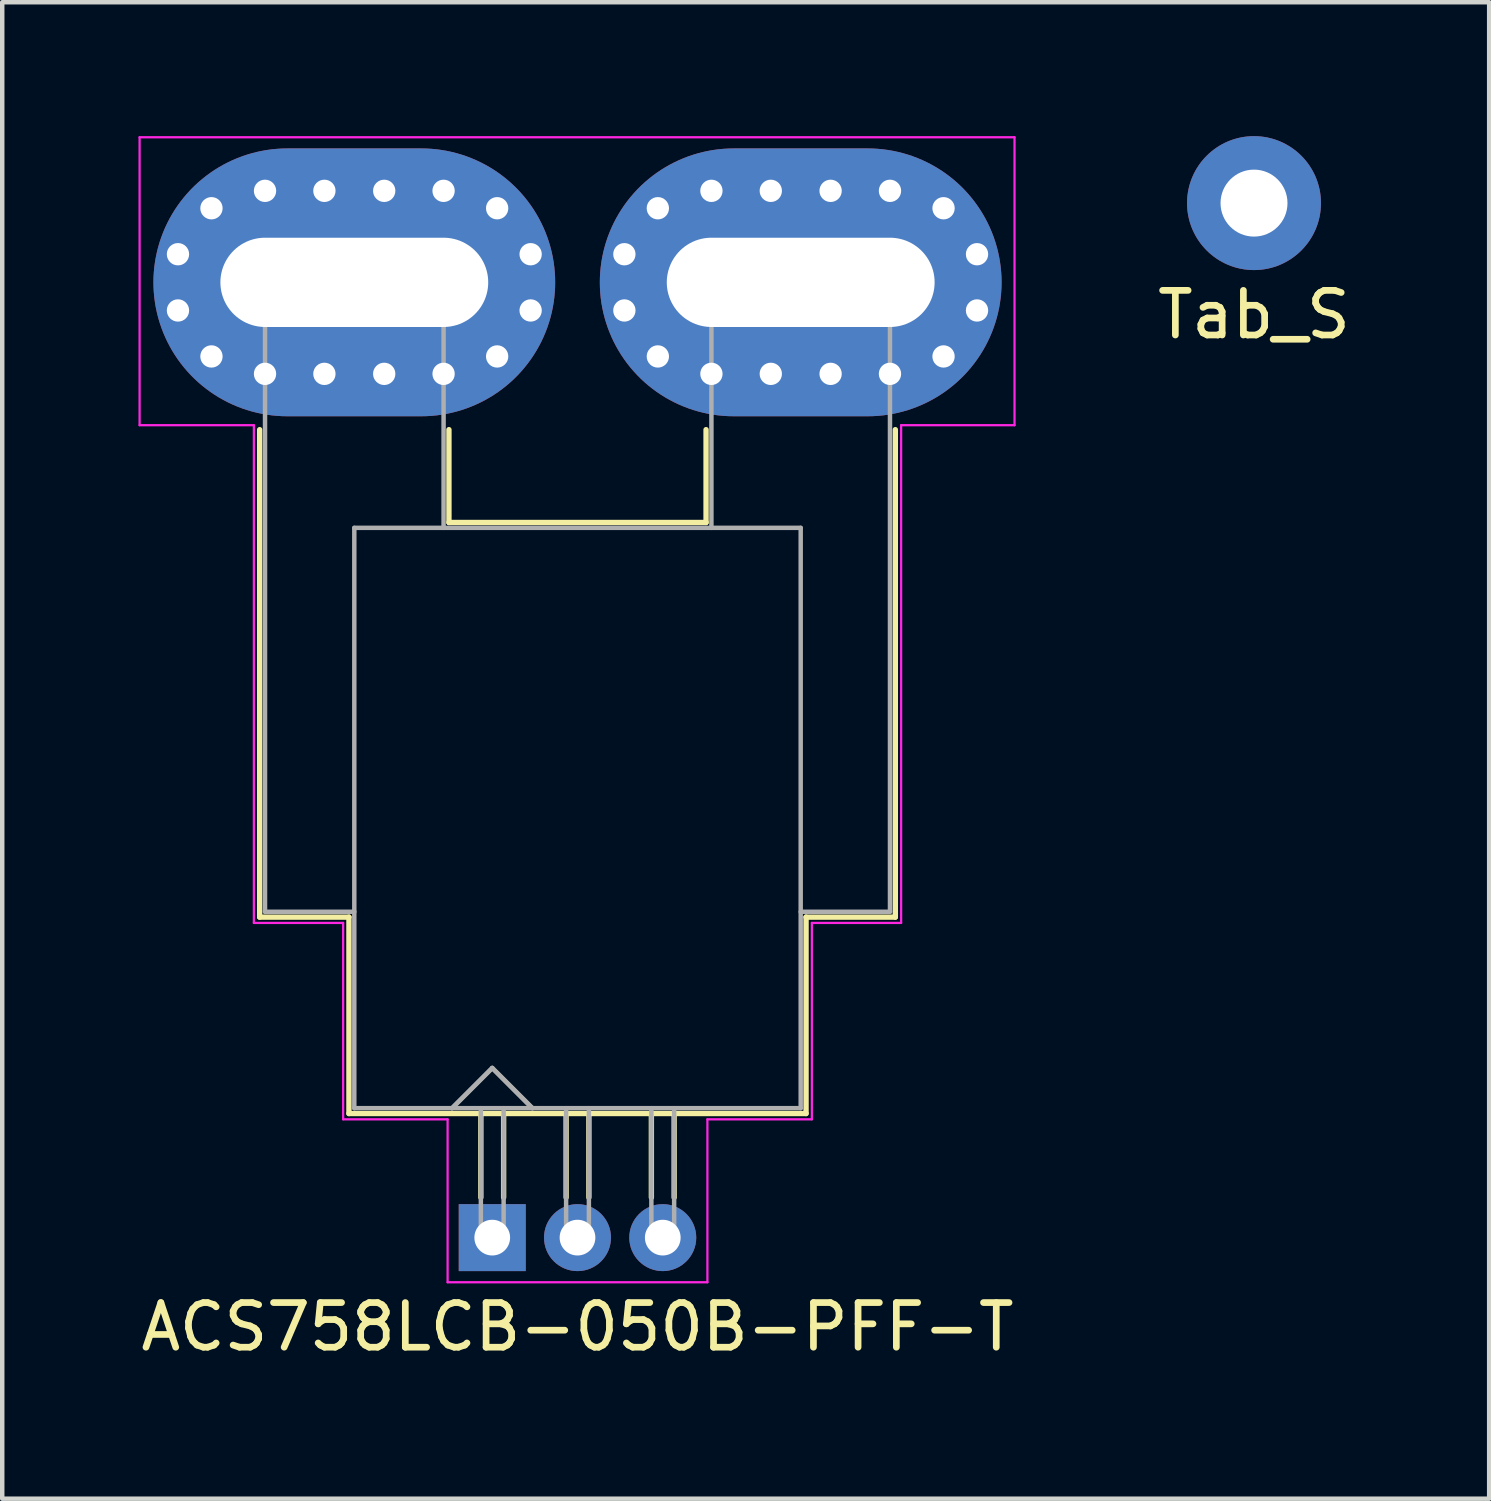
<source format=kicad_pcb>
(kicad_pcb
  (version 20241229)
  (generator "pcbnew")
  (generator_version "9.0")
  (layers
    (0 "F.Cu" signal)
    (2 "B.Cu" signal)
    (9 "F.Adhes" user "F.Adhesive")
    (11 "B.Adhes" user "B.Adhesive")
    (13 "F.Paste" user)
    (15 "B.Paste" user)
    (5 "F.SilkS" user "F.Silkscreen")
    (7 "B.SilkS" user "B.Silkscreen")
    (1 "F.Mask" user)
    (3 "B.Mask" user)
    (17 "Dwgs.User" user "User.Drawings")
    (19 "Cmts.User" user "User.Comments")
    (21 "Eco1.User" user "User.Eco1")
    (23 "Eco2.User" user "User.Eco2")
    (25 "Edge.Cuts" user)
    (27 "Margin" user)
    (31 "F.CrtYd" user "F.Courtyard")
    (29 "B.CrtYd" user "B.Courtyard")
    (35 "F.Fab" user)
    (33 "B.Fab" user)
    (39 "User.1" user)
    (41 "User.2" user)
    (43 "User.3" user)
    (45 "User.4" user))
  (footprint "Tab_S"
    (layer "F.Cu")
    (at 25.042 1.5)
    (property "Reference" "Tab_S" (at 0 2.5 0) (layer "F.SilkS") (effects (font (size 1 1) (thickness 0.15))))
    (attr through_hole)
    (pad "1" thru_hole circle (at 0 0) (size 3 3) (drill 1.5) (layers "*.Cu" "*.Mask")))
  (footprint "ACS758LCB-050B-PFF-T"
    (layer "F.Cu")
    (at 9.887 11.675)
    (property "Reference" "ACS758LCB-050B-PFF-T" (at 0 15 0) (layer "F.SilkS") (effects (font (size 1 1) (thickness 0.15))))
    (attr through_hole)
    (fp_line (start -7.12 5.82) (end -7.12 -5.1) (stroke (width 0.12) (type solid)) (layer "F.SilkS"))
    (fp_line (start -5.12 5.82) (end -7.12 5.82) (stroke (width 0.12) (type solid)) (layer "F.SilkS"))
    (fp_line (start -5.12 10.22) (end -5.12 5.82) (stroke (width 0.12) (type solid)) (layer "F.SilkS"))
    (fp_line (start -2.88 -3.02) (end -2.88 -5.1) (stroke (width 0.12) (type solid)) (layer "F.SilkS"))
    (fp_line (start -2.88 -3.02) (end 2.88 -3.02) (stroke (width 0.12) (type solid)) (layer "F.SilkS"))
    (fp_line (start -2.165 10.22) (end -2.165 12.1) (stroke (width 0.12) (type solid)) (layer "F.SilkS"))
    (fp_line (start -1.655 10.22) (end -1.655 12.1) (stroke (width 0.12) (type solid)) (layer "F.SilkS"))
    (fp_line (start -0.255 10.22) (end -0.255 12.1) (stroke (width 0.12) (type solid)) (layer "F.SilkS"))
    (fp_line (start 0.255 10.22) (end 0.255 12.1) (stroke (width 0.12) (type solid)) (layer "F.SilkS"))
    (fp_line (start 1.655 10.22) (end 1.655 12.1) (stroke (width 0.12) (type solid)) (layer "F.SilkS"))
    (fp_line (start 2.165 10.22) (end 2.165 12.1) (stroke (width 0.12) (type solid)) (layer "F.SilkS"))
    (fp_line (start 2.88 -3.02) (end 2.88 -5.1) (stroke (width 0.12) (type solid)) (layer "F.SilkS"))
    (fp_line (start 5.12 5.82) (end 7.12 5.82) (stroke (width 0.12) (type solid)) (layer "F.SilkS"))
    (fp_line (start 5.12 10.22) (end -5.12 10.22) (stroke (width 0.12) (type solid)) (layer "F.SilkS"))
    (fp_line (start 5.12 10.22) (end 5.12 5.82) (stroke (width 0.12) (type solid)) (layer "F.SilkS"))
    (fp_line (start 7.12 5.82) (end 7.12 -5.1) (stroke (width 0.12) (type solid)) (layer "F.SilkS"))
    (fp_line (start -9.81 -11.65) (end 9.79 -11.65) (stroke (width 0.05) (type solid)) (layer "F.CrtYd"))
    (fp_line (start -9.81 -5.2) (end -9.81 -11.65) (stroke (width 0.05) (type solid)) (layer "F.CrtYd"))
    (fp_line (start -9.81 -5.2) (end -7.25 -5.2) (stroke (width 0.05) (type solid)) (layer "F.CrtYd"))
    (fp_line (start -7.25 5.95) (end -7.25 -5.2) (stroke (width 0.05) (type solid)) (layer "F.CrtYd"))
    (fp_line (start -5.25 5.95) (end -7.25 5.95) (stroke (width 0.05) (type solid)) (layer "F.CrtYd"))
    (fp_line (start -5.25 5.95) (end -5.25 10.35) (stroke (width 0.05) (type solid)) (layer "F.CrtYd"))
    (fp_line (start -2.91 10.35) (end -5.25 10.35) (stroke (width 0.05) (type solid)) (layer "F.CrtYd"))
    (fp_line (start -2.91 10.35) (end -2.91 14) (stroke (width 0.05) (type solid)) (layer "F.CrtYd"))
    (fp_line (start 2.91 10.35) (end 2.91 14) (stroke (width 0.05) (type solid)) (layer "F.CrtYd"))
    (fp_line (start 2.91 10.35) (end 5.25 10.35) (stroke (width 0.05) (type solid)) (layer "F.CrtYd"))
    (fp_line (start 2.91 14) (end -2.91 14) (stroke (width 0.05) (type solid)) (layer "F.CrtYd"))
    (fp_line (start 5.25 5.95) (end 5.25 10.35) (stroke (width 0.05) (type solid)) (layer "F.CrtYd"))
    (fp_line (start 5.25 5.95) (end 7.25 5.95) (stroke (width 0.05) (type solid)) (layer "F.CrtYd"))
    (fp_line (start 7.25 -5.2) (end 9.79 -5.2) (stroke (width 0.05) (type solid)) (layer "F.CrtYd"))
    (fp_line (start 7.25 5.95) (end 7.25 -5.2) (stroke (width 0.05) (type solid)) (layer "F.CrtYd"))
    (fp_line (start 9.79 -11.65) (end 9.79 -5.2) (stroke (width 0.05) (type solid)) (layer "F.CrtYd"))
    (fp_line (start -7 -8.9) (end -3 -8.9) (stroke (width 0.1) (type solid)) (layer "F.Fab"))
    (fp_line (start -7 5.7) (end -7 -8.9) (stroke (width 0.1) (type solid)) (layer "F.Fab"))
    (fp_line (start -7 5.7) (end -5 5.7) (stroke (width 0.1) (type solid)) (layer "F.Fab"))
    (fp_line (start -5 -2.9) (end -5 10.1) (stroke (width 0.1) (type solid)) (layer "F.Fab"))
    (fp_line (start -5 -2.9) (end 5 -2.9) (stroke (width 0.1) (type solid)) (layer "F.Fab"))
    (fp_line (start -3 -2.9) (end -3 -8.9) (stroke (width 0.1) (type solid)) (layer "F.Fab"))
    (fp_line (start -2.81 10.1) (end -1.91 9.2) (stroke (width 0.1) (type solid)) (layer "F.Fab"))
    (fp_line (start -2.81 10.1) (end -1.91 9.2) (stroke (width 0.1) (type solid)) (layer "F.Fab"))
    (fp_line (start -2.165 10.1) (end -2.165 13.19) (stroke (width 0.1) (type solid)) (layer "F.Fab"))
    (fp_line (start -1.91 9.2) (end -1.01 10.1) (stroke (width 0.1) (type solid)) (layer "F.Fab"))
    (fp_line (start -1.91 9.2) (end -1.01 10.1) (stroke (width 0.1) (type solid)) (layer "F.Fab"))
    (fp_line (start -1.655 10.1) (end -1.655 13.19) (stroke (width 0.1) (type solid)) (layer "F.Fab"))
    (fp_line (start -0.255 10.1) (end -0.255 13.19) (stroke (width 0.1) (type solid)) (layer "F.Fab"))
    (fp_line (start 0.255 10.1) (end 0.255 13.19) (stroke (width 0.1) (type solid)) (layer "F.Fab"))
    (fp_line (start 1.655 10.1) (end 1.655 13.19) (stroke (width 0.1) (type solid)) (layer "F.Fab"))
    (fp_line (start 2.165 10.1) (end 2.165 13.19) (stroke (width 0.1) (type solid)) (layer "F.Fab"))
    (fp_line (start 3 -2.9) (end 3 -8.9) (stroke (width 0.1) (type solid)) (layer "F.Fab"))
    (fp_line (start 5 -2.9) (end 5 10.1) (stroke (width 0.1) (type solid)) (layer "F.Fab"))
    (fp_line (start 5 5.7) (end 7 5.7) (stroke (width 0.1) (type solid)) (layer "F.Fab"))
    (fp_line (start 5 10.1) (end -5 10.1) (stroke (width 0.1) (type solid)) (layer "F.Fab"))
    (fp_line (start 7 -8.9) (end 3 -8.9) (stroke (width 0.1) (type solid)) (layer "F.Fab"))
    (fp_line (start 7 5.7) (end 7 -8.9) (stroke (width 0.1) (type solid)) (layer "F.Fab"))
    (pad "1" thru_hole rect (at -1.91 13) (size 1.5 1.5) (drill 0.8) (layers "*.Cu" "*.Mask"))
    (pad "2" thru_hole circle (at 0 13) (size 1.5 1.5) (drill 0.8) (layers "*.Cu" "*.Mask"))
    (pad "3" thru_hole circle (at 1.91 13) (size 1.5 1.5) (drill 0.8) (layers "*.Cu" "*.Mask"))
    (pad "4" thru_hole oval (at 1.05 -9.03 65) (size 0.8 0.8) (drill 0.5) (layers "*.Cu" "*.Mask"))
    (pad "4" thru_hole oval (at 1.05 -7.77 295) (size 0.8 0.8) (drill 0.5) (layers "*.Cu" "*.Mask"))
    (pad "4" thru_hole circle (at 1.8 -10.06) (size 0.8 0.8) (drill 0.5) (layers "*.Cu" "*.Mask"))
    (pad "4" thru_hole circle (at 1.8 -6.74) (size 0.8 0.8) (drill 0.5) (layers "*.Cu" "*.Mask"))
    (pad "4" thru_hole circle (at 3 -10.45) (size 0.8 0.8) (drill 0.5) (layers "*.Cu" "*.Mask"))
    (pad "4" thru_hole circle (at 3 -6.35) (size 0.8 0.8) (drill 0.5) (layers "*.Cu" "*.Mask"))
    (pad "4" thru_hole circle (at 4.33 -10.45) (size 0.8 0.8) (drill 0.5) (layers "*.Cu" "*.Mask"))
    (pad "4" thru_hole circle (at 4.33 -6.35) (size 0.8 0.8) (drill 0.5) (layers "*.Cu" "*.Mask"))
    (pad "4" thru_hole oval (at 5 -8.4) (size 9 6) (drill oval 6 2) (layers "*.Cu" "*.Mask"))
    (pad "4" thru_hole circle (at 5.67 -10.45) (size 0.8 0.8) (drill 0.5) (layers "*.Cu" "*.Mask"))
    (pad "4" thru_hole circle (at 5.67 -6.35) (size 0.8 0.8) (drill 0.5) (layers "*.Cu" "*.Mask"))
    (pad "4" thru_hole circle (at 7 -10.45) (size 0.8 0.8) (drill 0.5) (layers "*.Cu" "*.Mask"))
    (pad "4" thru_hole circle (at 7 -6.35) (size 0.8 0.8) (drill 0.5) (layers "*.Cu" "*.Mask"))
    (pad "4" thru_hole circle (at 8.2 -10.06) (size 0.8 0.8) (drill 0.5) (layers "*.Cu" "*.Mask"))
    (pad "4" thru_hole circle (at 8.2 -6.74) (size 0.8 0.8) (drill 0.5) (layers "*.Cu" "*.Mask"))
    (pad "4" thru_hole circle (at 8.95 -9.03) (size 0.8 0.8) (drill 0.5) (layers "*.Cu" "*.Mask"))
    (pad "4" thru_hole circle (at 8.95 -7.77) (size 0.8 0.8) (drill 0.5) (layers "*.Cu" "*.Mask"))
    (pad "5" thru_hole circle (at -8.95 -9.03) (size 0.8 0.8) (drill 0.5) (layers "*.Cu" "*.Mask"))
    (pad "5" thru_hole circle (at -8.95 -7.77) (size 0.8 0.8) (drill 0.5) (layers "*.Cu" "*.Mask"))
    (pad "5" thru_hole circle (at -8.2 -10.06) (size 0.8 0.8) (drill 0.5) (layers "*.Cu" "*.Mask"))
    (pad "5" thru_hole circle (at -8.2 -6.74) (size 0.8 0.8) (drill 0.5) (layers "*.Cu" "*.Mask"))
    (pad "5" thru_hole circle (at -7 -10.45) (size 0.8 0.8) (drill 0.5) (layers "*.Cu" "*.Mask"))
    (pad "5" thru_hole circle (at -7 -6.35) (size 0.8 0.8) (drill 0.5) (layers "*.Cu" "*.Mask"))
    (pad "5" thru_hole circle (at -5.67 -10.45) (size 0.8 0.8) (drill 0.5) (layers "*.Cu" "*.Mask"))
    (pad "5" thru_hole circle (at -5.67 -6.35) (size 0.8 0.8) (drill 0.5) (layers "*.Cu" "*.Mask"))
    (pad "5" thru_hole oval (at -5 -8.4) (size 9 6) (drill oval 6 2) (layers "*.Cu" "*.Mask"))
    (pad "5" thru_hole circle (at -4.33 -10.45) (size 0.8 0.8) (drill 0.5) (layers "*.Cu" "*.Mask"))
    (pad "5" thru_hole circle (at -4.33 -6.35) (size 0.8 0.8) (drill 0.5) (layers "*.Cu" "*.Mask"))
    (pad "5" thru_hole circle (at -3 -10.45) (size 0.8 0.8) (drill 0.5) (layers "*.Cu" "*.Mask"))
    (pad "5" thru_hole circle (at -3 -6.35) (size 0.8 0.8) (drill 0.5) (layers "*.Cu" "*.Mask"))
    (pad "5" thru_hole circle (at -1.8 -10.06) (size 0.8 0.8) (drill 0.5) (layers "*.Cu" "*.Mask"))
    (pad "5" thru_hole circle (at -1.8 -6.74) (size 0.8 0.8) (drill 0.5) (layers "*.Cu" "*.Mask"))
    (pad "5" thru_hole oval (at -1.05 -9.03 295) (size 0.8 0.8) (drill 0.5) (layers "*.Cu" "*.Mask"))
    (pad "5" thru_hole oval (at -1.05 -7.77 65) (size 0.8 0.8) (drill 0.5) (layers "*.Cu" "*.Mask")))
  (gr_rect
    (start -3 -3)
    (end 30.31 30.523)
    (stroke (width 0.1) (type default))
    (fill no)
    (layer "Edge.Cuts")))
</source>
